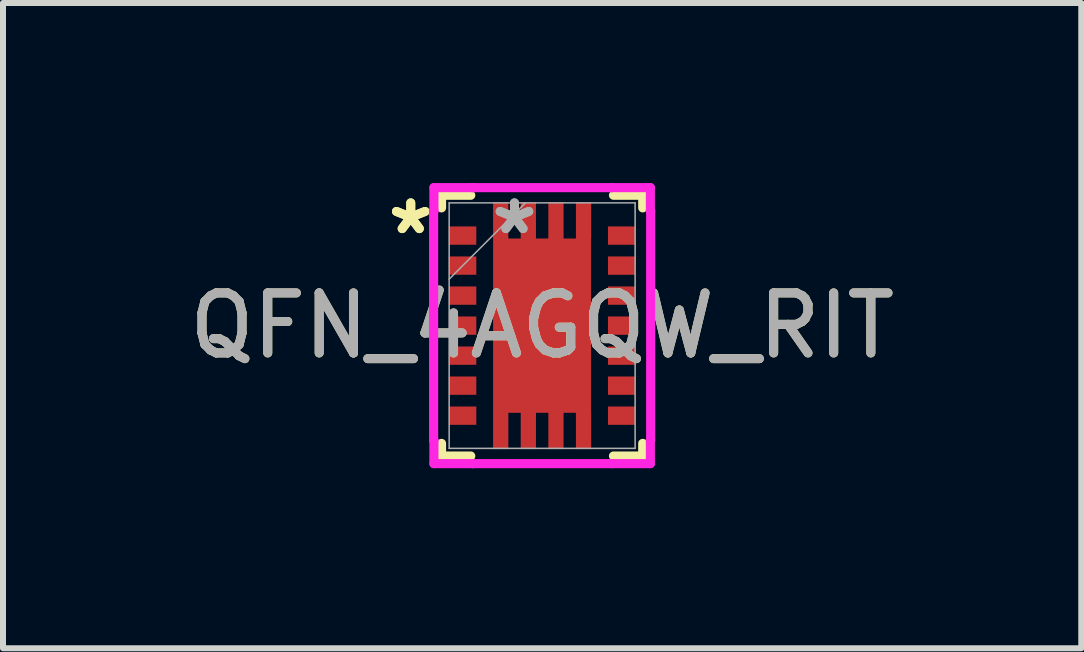
<source format=kicad_pcb>
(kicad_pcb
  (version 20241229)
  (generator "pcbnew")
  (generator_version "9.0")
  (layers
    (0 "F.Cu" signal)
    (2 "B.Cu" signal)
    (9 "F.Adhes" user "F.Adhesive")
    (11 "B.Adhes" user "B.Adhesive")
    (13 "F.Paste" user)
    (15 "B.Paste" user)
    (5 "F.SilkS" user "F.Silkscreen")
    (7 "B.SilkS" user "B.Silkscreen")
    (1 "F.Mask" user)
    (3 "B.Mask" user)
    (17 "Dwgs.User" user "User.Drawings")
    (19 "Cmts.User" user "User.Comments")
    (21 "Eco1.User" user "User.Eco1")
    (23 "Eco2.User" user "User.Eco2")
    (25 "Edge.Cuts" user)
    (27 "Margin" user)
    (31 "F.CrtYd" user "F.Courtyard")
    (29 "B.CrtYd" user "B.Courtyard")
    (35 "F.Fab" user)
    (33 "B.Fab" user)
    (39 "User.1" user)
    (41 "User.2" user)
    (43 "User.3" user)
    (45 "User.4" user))
  (footprint "QFN_4AGQW_RIT"
    (layer "F.Cu")
    (at 5.982 2.375)
    (property "Reference" "QFN_4AGQW_RIT" (at 0 0 0) (unlocked yes) (layer "F.SilkS") (effects (font (size 1 1) (thickness 0.15))))
    (attr smd)
    (fp_poly (pts (xy 0.563 -2.057) (xy 0.817 -2.057) (xy 0.817 -1.448) (xy 0.813 -1.448) (xy 0.813 1.448) (xy 0.817 1.448) (xy 0.817 2.057) (xy 0.563 2.057) (xy 0.563 1.448) (xy 0.357 1.448) (xy 0.357 2.057) (xy 0.103 2.057) (xy 0.103 1.448) (xy -0.103 1.448) (xy -0.103 2.057) (xy -0.357 2.057) (xy -0.357 1.448) (xy -0.563 1.448) (xy -0.563 2.057) (xy -0.817 2.057) (xy -0.817 1.448) (xy -0.813 1.448) (xy -0.813 -1.448) (xy -0.817 -1.448) (xy -0.817 -2.057) (xy -0.563 -2.057) (xy -0.563 -1.448) (xy -0.357 -1.448) (xy -0.357 -2.057) (xy -0.103 -2.057) (xy -0.103 -1.448) (xy 0.103 -1.448) (xy 0.103 -2.057) (xy 0.357 -2.057) (xy 0.357 -1.448) (xy 0.563 -1.448)) (stroke (width 0) (type solid)) (fill yes) (layer "F.Cu"))
    (fp_poly (pts (xy 0.563 -2.057) (xy 0.817 -2.057) (xy 0.817 -1.448) (xy 0.813 -1.448) (xy 0.813 1.448) (xy 0.817 1.448) (xy 0.817 2.057) (xy 0.563 2.057) (xy 0.563 1.448) (xy 0.357 1.448) (xy 0.357 2.057) (xy 0.103 2.057) (xy 0.103 1.448) (xy -0.103 1.448) (xy -0.103 2.057) (xy -0.357 2.057) (xy -0.357 1.448) (xy -0.563 1.448) (xy -0.563 2.057) (xy -0.817 2.057) (xy -0.817 1.448) (xy -0.813 1.448) (xy -0.813 -1.448) (xy -0.817 -1.448) (xy -0.817 -2.057) (xy -0.563 -2.057) (xy -0.563 -1.448) (xy -0.357 -1.448) (xy -0.357 -2.057) (xy -0.103 -2.057) (xy -0.103 -1.448) (xy 0.103 -1.448) (xy 0.103 -2.057) (xy 0.357 -2.057) (xy 0.357 -1.448) (xy 0.563 -1.448)) (stroke (width 0) (type solid)) (fill yes) (layer "F.Mask"))
    (fp_line (start -1.676 -2.172) (end -1.676 -1.962) (stroke (width 0.152) (type solid)) (layer "F.SilkS"))
    (fp_line (start -1.676 1.962) (end -1.676 2.172) (stroke (width 0.152) (type solid)) (layer "F.SilkS"))
    (fp_line (start -1.676 2.172) (end -1.189 2.172) (stroke (width 0.152) (type solid)) (layer "F.SilkS"))
    (fp_line (start -1.189 -2.172) (end -1.676 -2.172) (stroke (width 0.152) (type solid)) (layer "F.SilkS"))
    (fp_line (start 1.189 2.172) (end 1.676 2.172) (stroke (width 0.152) (type solid)) (layer "F.SilkS"))
    (fp_line (start 1.676 -2.172) (end 1.189 -2.172) (stroke (width 0.152) (type solid)) (layer "F.SilkS"))
    (fp_line (start 1.676 -1.962) (end 1.676 -2.172) (stroke (width 0.152) (type solid)) (layer "F.SilkS"))
    (fp_line (start 1.676 2.172) (end 1.676 1.962) (stroke (width 0.152) (type solid)) (layer "F.SilkS"))
    (fp_poly (pts (xy -0.713 -1.348) (xy -0.713 -0.1) (xy 0.713 -0.1) (xy 0.713 -1.348)) (stroke (width 0) (type solid)) (fill yes) (layer "F.Paste"))
    (fp_poly (pts (xy -0.713 0.1) (xy -0.713 1.348) (xy 0.713 1.348) (xy 0.713 0.1)) (stroke (width 0) (type solid)) (fill yes) (layer "F.Paste"))
    (fp_poly (pts (xy 0.563 -2.057) (xy 0.817 -2.057) (xy 0.817 -1.448) (xy 0.813 -1.448) (xy 0.813 1.448) (xy 0.817 1.448) (xy 0.817 2.057) (xy 0.563 2.057) (xy 0.563 1.448) (xy 0.357 1.448) (xy 0.357 2.057) (xy 0.103 2.057) (xy 0.103 1.448) (xy -0.103 1.448) (xy -0.103 2.057) (xy -0.357 2.057) (xy -0.357 1.448) (xy -0.563 1.448) (xy -0.563 2.057) (xy -0.817 2.057) (xy -0.817 1.448) (xy -0.813 1.448) (xy -0.813 -1.448) (xy -0.817 -1.448) (xy -0.817 -2.057) (xy -0.563 -2.057) (xy -0.563 -1.448) (xy -0.357 -1.448) (xy -0.357 -2.057) (xy -0.103 -2.057) (xy -0.103 -1.448) (xy 0.103 -1.448) (xy 0.103 -2.057) (xy 0.357 -2.057) (xy 0.357 -1.448) (xy 0.563 -1.448)) (stroke (width 0) (type solid)) (fill yes) (layer "F.Paste"))
    (fp_line (start -1.808 -1.907) (end -1.803 -1.907) (stroke (width 0.152) (type solid)) (layer "F.CrtYd"))
    (fp_line (start -1.808 1.907) (end -1.808 -1.907) (stroke (width 0.152) (type solid)) (layer "F.CrtYd"))
    (fp_line (start -1.803 -2.299) (end -1.157 -2.299) (stroke (width 0.152) (type solid)) (layer "F.CrtYd"))
    (fp_line (start -1.803 -1.907) (end -1.803 -2.299) (stroke (width 0.152) (type solid)) (layer "F.CrtYd"))
    (fp_line (start -1.803 1.907) (end -1.808 1.907) (stroke (width 0.152) (type solid)) (layer "F.CrtYd"))
    (fp_line (start -1.803 2.299) (end -1.803 1.907) (stroke (width 0.152) (type solid)) (layer "F.CrtYd"))
    (fp_line (start -1.157 -2.299) (end -1.157 -2.299) (stroke (width 0.152) (type solid)) (layer "F.CrtYd"))
    (fp_line (start -1.157 -2.299) (end 1.157 -2.299) (stroke (width 0.152) (type solid)) (layer "F.CrtYd"))
    (fp_line (start -1.157 2.299) (end -1.803 2.299) (stroke (width 0.152) (type solid)) (layer "F.CrtYd"))
    (fp_line (start -1.157 2.299) (end -1.157 2.299) (stroke (width 0.152) (type solid)) (layer "F.CrtYd"))
    (fp_line (start 1.157 -2.299) (end 1.157 -2.299) (stroke (width 0.152) (type solid)) (layer "F.CrtYd"))
    (fp_line (start 1.157 -2.299) (end 1.803 -2.299) (stroke (width 0.152) (type solid)) (layer "F.CrtYd"))
    (fp_line (start 1.157 2.299) (end -1.157 2.299) (stroke (width 0.152) (type solid)) (layer "F.CrtYd"))
    (fp_line (start 1.157 2.299) (end 1.157 2.299) (stroke (width 0.152) (type solid)) (layer "F.CrtYd"))
    (fp_line (start 1.803 -2.299) (end 1.803 -1.907) (stroke (width 0.152) (type solid)) (layer "F.CrtYd"))
    (fp_line (start 1.803 -1.907) (end 1.808 -1.907) (stroke (width 0.152) (type solid)) (layer "F.CrtYd"))
    (fp_line (start 1.803 1.907) (end 1.803 2.299) (stroke (width 0.152) (type solid)) (layer "F.CrtYd"))
    (fp_line (start 1.803 2.299) (end 1.157 2.299) (stroke (width 0.152) (type solid)) (layer "F.CrtYd"))
    (fp_line (start 1.808 -1.907) (end 1.808 1.907) (stroke (width 0.152) (type solid)) (layer "F.CrtYd"))
    (fp_line (start 1.808 1.907) (end 1.803 1.907) (stroke (width 0.152) (type solid)) (layer "F.CrtYd"))
    (fp_line (start -1.549 -2.045) (end -1.549 2.045) (stroke (width 0.025) (type solid)) (layer "F.Fab"))
    (fp_line (start -1.549 -0.775) (end -0.279 -2.045) (stroke (width 0.025) (type solid)) (layer "F.Fab"))
    (fp_line (start -1.549 2.045) (end 1.549 2.045) (stroke (width 0.025) (type solid)) (layer "F.Fab"))
    (fp_line (start 1.549 -2.045) (end -1.549 -2.045) (stroke (width 0.025) (type solid)) (layer "F.Fab"))
    (fp_line (start 1.549 2.045) (end 1.549 -2.045) (stroke (width 0.025) (type solid)) (layer "F.Fab"))
    (fp_text user "*" (at -2.189 -1.5 0) (layer "F.SilkS") (effects (font (size 1 1) (thickness 0.15))))
    (fp_text user "*" (at -2.189 -1.5 0) (unlocked yes) (layer "F.SilkS") (effects (font (size 1 1) (thickness 0.15))))
    (fp_text user "*" (at -0.461 -1.5 0) (layer "F.Fab") (effects (font (size 1 1) (thickness 0.15))))
    (fp_text user "*" (at -0.461 -1.5 0) (unlocked yes) (layer "F.Fab") (effects (font (size 1 1) (thickness 0.15))))
    (fp_text user "${REFERENCE}" (at 0 0 0) (unlocked yes) (layer "F.Fab") (effects (font (size 1 1) (thickness 0.15))))
    (pad "1" smd rect (at -1.325 -1.5) (size 0.457 0.305) (layers "F.Cu" "F.Mask" "F.Paste"))
    (pad "2" smd rect (at -1.325 -1) (size 0.457 0.305) (layers "F.Cu" "F.Mask" "F.Paste"))
    (pad "3" smd rect (at -1.325 -0.5) (size 0.457 0.305) (layers "F.Cu" "F.Mask" "F.Paste"))
    (pad "4" smd rect (at -1.325 0) (size 0.457 0.305) (layers "F.Cu" "F.Mask" "F.Paste"))
    (pad "5" smd rect (at -1.325 0.5) (size 0.457 0.305) (layers "F.Cu" "F.Mask" "F.Paste"))
    (pad "6" smd rect (at -1.325 1) (size 0.457 0.305) (layers "F.Cu" "F.Mask" "F.Paste"))
    (pad "7" smd rect (at -1.325 1.5) (size 0.457 0.305) (layers "F.Cu" "F.Mask" "F.Paste"))
    (pad "8" smd rect (at 1.325 1.5) (size 0.457 0.305) (layers "F.Cu" "F.Mask" "F.Paste"))
    (pad "9" smd rect (at 1.325 1) (size 0.457 0.305) (layers "F.Cu" "F.Mask" "F.Paste"))
    (pad "10" smd rect (at 1.325 0.5) (size 0.457 0.305) (layers "F.Cu" "F.Mask" "F.Paste"))
    (pad "11" smd rect (at 1.325 0) (size 0.457 0.305) (layers "F.Cu" "F.Mask" "F.Paste"))
    (pad "12" smd rect (at 1.325 -0.5) (size 0.457 0.305) (layers "F.Cu" "F.Mask" "F.Paste"))
    (pad "13" smd rect (at 1.325 -1) (size 0.457 0.305) (layers "F.Cu" "F.Mask" "F.Paste"))
    (pad "14" smd rect (at 1.325 -1.5) (size 0.457 0.305) (layers "F.Cu" "F.Mask" "F.Paste"))
    (pad "15" smd rect (at 0 0) (size 1.626 2.896) (layers "F.Cu" "F.Mask")))
  (gr_rect
    (start -3 -3)
    (end 14.964 7.75)
    (stroke (width 0.1) (type default))
    (fill no)
    (layer "Edge.Cuts")))
</source>
